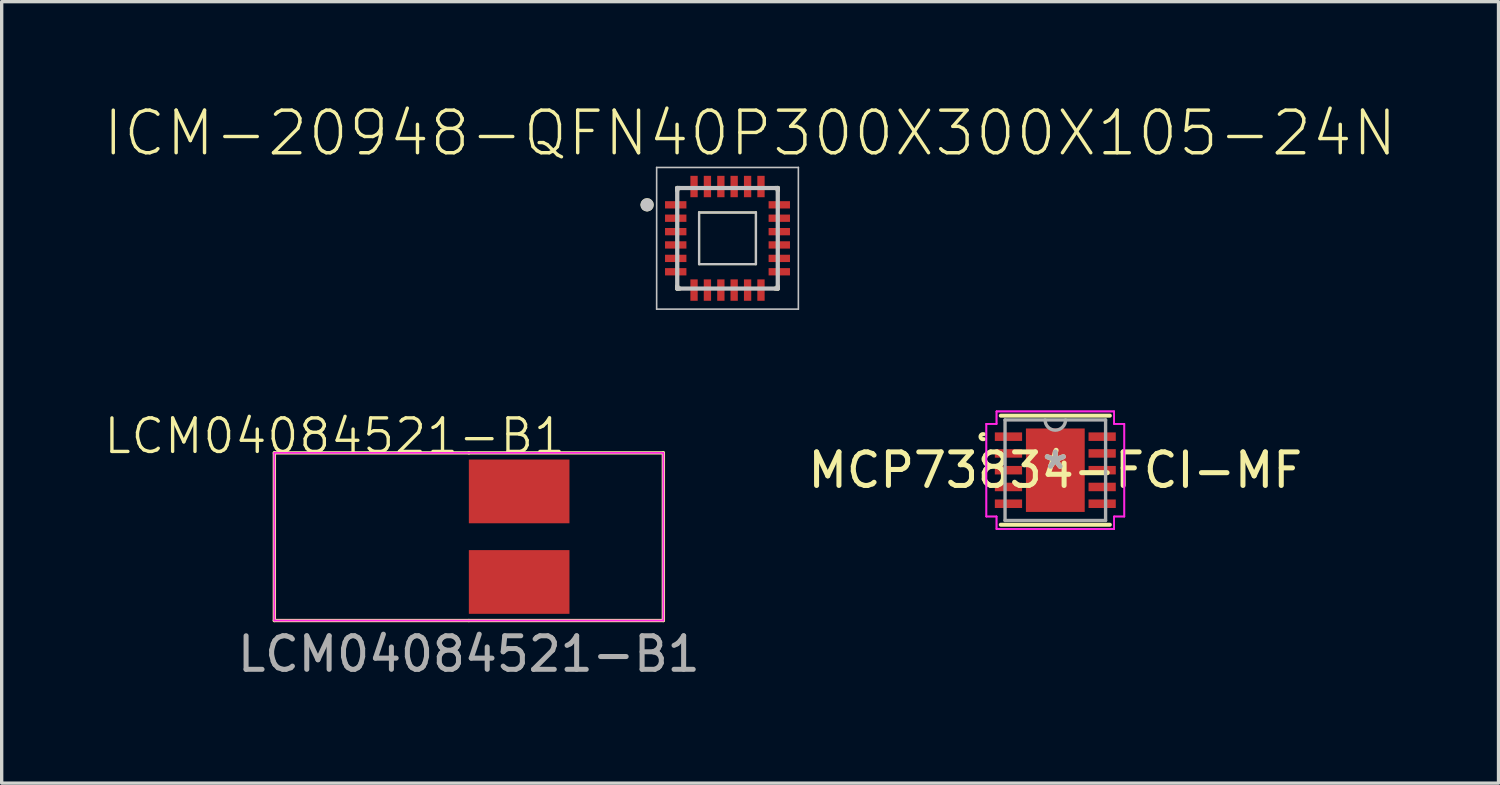
<source format=kicad_pcb>
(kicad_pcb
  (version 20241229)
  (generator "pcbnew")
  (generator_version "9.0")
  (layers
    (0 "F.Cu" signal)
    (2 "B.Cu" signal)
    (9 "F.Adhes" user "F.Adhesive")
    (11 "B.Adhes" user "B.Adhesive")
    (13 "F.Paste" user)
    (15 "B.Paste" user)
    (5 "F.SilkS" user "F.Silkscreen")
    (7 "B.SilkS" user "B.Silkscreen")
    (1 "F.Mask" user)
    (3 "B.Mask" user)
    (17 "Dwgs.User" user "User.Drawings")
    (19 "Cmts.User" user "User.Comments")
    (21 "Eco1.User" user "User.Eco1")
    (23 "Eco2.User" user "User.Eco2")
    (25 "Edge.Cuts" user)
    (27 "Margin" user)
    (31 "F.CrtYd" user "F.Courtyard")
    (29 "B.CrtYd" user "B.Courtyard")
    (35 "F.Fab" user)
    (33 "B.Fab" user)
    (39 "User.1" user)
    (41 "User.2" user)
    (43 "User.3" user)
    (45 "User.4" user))
  (footprint "ICM-20948-QFN40P300X300X105-24N"
    (layer "F.Cu")
    (at 18.644 4.056)
    (property "Reference" "ICM-20948-QFN40P300X300X105-24N" (at 0.673 -3.134 0) (layer "F.SilkS") (effects (font (size 1.27 1.27) (thickness 0.102))))
    (attr smd)
    (fp_line (start -1.499 -1.499) (end -1.499 -1.427) (stroke (width 0.127) (type solid)) (layer "F.SilkS"))
    (fp_line (start -1.499 1.427) (end -1.499 1.499) (stroke (width 0.127) (type solid)) (layer "F.SilkS"))
    (fp_line (start -1.499 1.499) (end -1.427 1.499) (stroke (width 0.127) (type solid)) (layer "F.SilkS"))
    (fp_line (start -1.427 -1.499) (end -1.499 -1.499) (stroke (width 0.127) (type solid)) (layer "F.SilkS"))
    (fp_line (start -0.848 -0.77) (end 0.848 -0.77) (stroke (width 0.066) (type solid)) (layer "F.SilkS"))
    (fp_line (start -0.848 0.77) (end -0.848 -0.77) (stroke (width 0.066) (type solid)) (layer "F.SilkS"))
    (fp_line (start -0.848 0.77) (end 0.848 0.77) (stroke (width 0.066) (type solid)) (layer "F.SilkS"))
    (fp_line (start 0.848 0.77) (end 0.848 -0.77) (stroke (width 0.066) (type solid)) (layer "F.SilkS"))
    (fp_line (start 1.427 1.499) (end 1.499 1.499) (stroke (width 0.127) (type solid)) (layer "F.SilkS"))
    (fp_line (start 1.499 -1.499) (end 1.427 -1.499) (stroke (width 0.127) (type solid)) (layer "F.SilkS"))
    (fp_line (start 1.499 -1.427) (end 1.499 -1.499) (stroke (width 0.127) (type solid)) (layer "F.SilkS"))
    (fp_line (start 1.499 1.499) (end 1.499 1.427) (stroke (width 0.127) (type solid)) (layer "F.SilkS"))
    (fp_circle (center -2.398 -0.998) (end -2.398 -1.097) (stroke (width 0.198) (type solid)) (fill no) (layer "F.SilkS"))
    (fp_line (start -2.113 -2.113) (end 2.113 -2.113) (stroke (width 0.048) (type solid)) (layer "Dwgs.User"))
    (fp_line (start -2.113 2.113) (end -2.113 -2.113) (stroke (width 0.048) (type solid)) (layer "Dwgs.User"))
    (fp_line (start -1.499 -1.499) (end 1.499 -1.499) (stroke (width 0.127) (type solid)) (layer "Dwgs.User"))
    (fp_line (start -1.499 1.499) (end -1.499 -1.499) (stroke (width 0.127) (type solid)) (layer "Dwgs.User"))
    (fp_line (start -0.848 -0.77) (end 0.848 -0.77) (stroke (width 0.066) (type solid)) (layer "Dwgs.User"))
    (fp_line (start -0.848 0.77) (end -0.848 -0.77) (stroke (width 0.066) (type solid)) (layer "Dwgs.User"))
    (fp_line (start -0.848 0.77) (end 0.848 0.77) (stroke (width 0.066) (type solid)) (layer "Dwgs.User"))
    (fp_line (start 0.848 0.77) (end 0.848 -0.77) (stroke (width 0.066) (type solid)) (layer "Dwgs.User"))
    (fp_line (start 1.499 -1.499) (end 1.499 1.499) (stroke (width 0.127) (type solid)) (layer "Dwgs.User"))
    (fp_line (start 1.499 1.499) (end -1.499 1.499) (stroke (width 0.127) (type solid)) (layer "Dwgs.User"))
    (fp_line (start 2.113 -2.113) (end 2.113 2.113) (stroke (width 0.048) (type solid)) (layer "Dwgs.User"))
    (fp_line (start 2.113 2.113) (end -2.113 2.113) (stroke (width 0.048) (type solid)) (layer "Dwgs.User"))
    (fp_circle (center -2.398 -0.998) (end -2.398 -1.097) (stroke (width 0.198) (type solid)) (fill no) (layer "Dwgs.User"))
    (pad "1" smd rect (at -1.544 -0.998) (size 0.638 0.218) (layers "F.Cu" "F.Mask" "F.Paste"))
    (pad "2" smd rect (at -1.544 -0.599) (size 0.638 0.218) (layers "F.Cu" "F.Mask" "F.Paste"))
    (pad "3" smd rect (at -1.544 -0.198) (size 0.638 0.218) (layers "F.Cu" "F.Mask" "F.Paste"))
    (pad "4" smd rect (at -1.544 0.198) (size 0.638 0.218) (layers "F.Cu" "F.Mask" "F.Paste"))
    (pad "5" smd rect (at -1.544 0.599) (size 0.638 0.218) (layers "F.Cu" "F.Mask" "F.Paste"))
    (pad "6" smd rect (at -1.544 0.998) (size 0.638 0.218) (layers "F.Cu" "F.Mask" "F.Paste"))
    (pad "7" smd rect (at -0.998 1.544 90) (size 0.638 0.218) (layers "F.Cu" "F.Mask" "F.Paste"))
    (pad "8" smd rect (at -0.599 1.544 90) (size 0.638 0.218) (layers "F.Cu" "F.Mask" "F.Paste"))
    (pad "9" smd rect (at -0.198 1.544 90) (size 0.638 0.218) (layers "F.Cu" "F.Mask" "F.Paste"))
    (pad "10" smd rect (at 0.198 1.544 90) (size 0.638 0.218) (layers "F.Cu" "F.Mask" "F.Paste"))
    (pad "11" smd rect (at 0.599 1.544 90) (size 0.638 0.218) (layers "F.Cu" "F.Mask" "F.Paste"))
    (pad "12" smd rect (at 0.998 1.544 90) (size 0.638 0.218) (layers "F.Cu" "F.Mask" "F.Paste"))
    (pad "13" smd rect (at 1.544 0.998 180) (size 0.638 0.218) (layers "F.Cu" "F.Mask" "F.Paste"))
    (pad "14" smd rect (at 1.544 0.599 180) (size 0.638 0.218) (layers "F.Cu" "F.Mask" "F.Paste"))
    (pad "15" smd rect (at 1.544 0.198 180) (size 0.638 0.218) (layers "F.Cu" "F.Mask" "F.Paste"))
    (pad "16" smd rect (at 1.544 -0.198 180) (size 0.638 0.218) (layers "F.Cu" "F.Mask" "F.Paste"))
    (pad "17" smd rect (at 1.544 -0.599 180) (size 0.638 0.218) (layers "F.Cu" "F.Mask" "F.Paste"))
    (pad "18" smd rect (at 1.544 -0.998 180) (size 0.638 0.218) (layers "F.Cu" "F.Mask" "F.Paste"))
    (pad "19" smd rect (at 0.998 -1.544 270) (size 0.638 0.218) (layers "F.Cu" "F.Mask" "F.Paste"))
    (pad "20" smd rect (at 0.599 -1.544 270) (size 0.638 0.218) (layers "F.Cu" "F.Mask" "F.Paste"))
    (pad "21" smd rect (at 0.198 -1.544 270) (size 0.638 0.218) (layers "F.Cu" "F.Mask" "F.Paste"))
    (pad "22" smd rect (at -0.198 -1.544 270) (size 0.638 0.218) (layers "F.Cu" "F.Mask" "F.Paste"))
    (pad "23" smd rect (at -0.599 -1.544 270) (size 0.638 0.218) (layers "F.Cu" "F.Mask" "F.Paste"))
    (pad "24" smd rect (at -0.998 -1.544 270) (size 0.638 0.218) (layers "F.Cu" "F.Mask" "F.Paste")))
  (footprint "MCP73834-FCI-MF"
    (layer "F.Cu")
    (at 28.419 10.971)
    (property "Reference" "MCP73834-FCI-MF" (at 0 0 0) (layer "F.SilkS") (effects (font (size 1 1) (thickness 0.15))))
    (attr through_hole)
    (fp_line (start -1.626 1.626) (end 1.626 1.626) (stroke (width 0.12) (type solid)) (layer "F.SilkS"))
    (fp_line (start 1.626 -1.626) (end -1.626 -1.626) (stroke (width 0.12) (type solid)) (layer "F.SilkS"))
    (fp_arc (start -2.13614 -0.926171) (mid -2.2312 -1) (end -2.13614 -1.073829) (stroke (width 0.12) (type solid)) (layer "F.SilkS"))
    (fp_line (start -2.057 -1.381) (end -1.753 -1.381) (stroke (width 0.05) (type solid)) (layer "F.CrtYd"))
    (fp_line (start -2.057 -1.381) (end -1.753 -1.381) (stroke (width 0.05) (type solid)) (layer "F.CrtYd"))
    (fp_line (start -2.057 1.381) (end -2.057 -1.381) (stroke (width 0.05) (type solid)) (layer "F.CrtYd"))
    (fp_line (start -2.057 1.381) (end -2.057 -1.381) (stroke (width 0.05) (type solid)) (layer "F.CrtYd"))
    (fp_line (start -2.057 1.381) (end -1.753 1.381) (stroke (width 0.05) (type solid)) (layer "F.CrtYd"))
    (fp_line (start -1.753 -1.753) (end 1.753 -1.753) (stroke (width 0.05) (type solid)) (layer "F.CrtYd"))
    (fp_line (start -1.753 -1.753) (end 1.753 -1.753) (stroke (width 0.05) (type solid)) (layer "F.CrtYd"))
    (fp_line (start -1.753 -1.381) (end -1.753 -1.753) (stroke (width 0.05) (type solid)) (layer "F.CrtYd"))
    (fp_line (start -1.753 -1.381) (end -1.753 -1.753) (stroke (width 0.05) (type solid)) (layer "F.CrtYd"))
    (fp_line (start -1.753 1.381) (end -2.057 1.381) (stroke (width 0.05) (type solid)) (layer "F.CrtYd"))
    (fp_line (start -1.753 1.753) (end -1.753 1.381) (stroke (width 0.05) (type solid)) (layer "F.CrtYd"))
    (fp_line (start -1.753 1.753) (end -1.753 1.381) (stroke (width 0.05) (type solid)) (layer "F.CrtYd"))
    (fp_line (start 1.753 -1.753) (end 1.753 -1.381) (stroke (width 0.05) (type solid)) (layer "F.CrtYd"))
    (fp_line (start 1.753 -1.753) (end 1.753 -1.381) (stroke (width 0.05) (type solid)) (layer "F.CrtYd"))
    (fp_line (start 1.753 -1.381) (end 2.057 -1.381) (stroke (width 0.05) (type solid)) (layer "F.CrtYd"))
    (fp_line (start 1.753 1.381) (end 1.753 1.753) (stroke (width 0.05) (type solid)) (layer "F.CrtYd"))
    (fp_line (start 1.753 1.381) (end 1.753 1.753) (stroke (width 0.05) (type solid)) (layer "F.CrtYd"))
    (fp_line (start 1.753 1.753) (end -1.753 1.753) (stroke (width 0.05) (type solid)) (layer "F.CrtYd"))
    (fp_line (start 1.753 1.753) (end -1.753 1.753) (stroke (width 0.05) (type solid)) (layer "F.CrtYd"))
    (fp_line (start 2.057 -1.381) (end 1.753 -1.381) (stroke (width 0.05) (type solid)) (layer "F.CrtYd"))
    (fp_line (start 2.057 -1.381) (end 2.057 1.381) (stroke (width 0.05) (type solid)) (layer "F.CrtYd"))
    (fp_line (start 2.057 -1.381) (end 2.057 1.381) (stroke (width 0.05) (type solid)) (layer "F.CrtYd"))
    (fp_line (start 2.057 1.381) (end 1.753 1.381) (stroke (width 0.05) (type solid)) (layer "F.CrtYd"))
    (fp_line (start 2.057 1.381) (end 1.753 1.381) (stroke (width 0.05) (type solid)) (layer "F.CrtYd"))
    (fp_line (start -1.499 -1.499) (end -1.499 1.499) (stroke (width 0.1) (type solid)) (layer "F.Fab"))
    (fp_line (start -1.499 1.499) (end 1.499 1.499) (stroke (width 0.1) (type solid)) (layer "F.Fab"))
    (fp_line (start 1.499 -1.499) (end -1.499 -1.499) (stroke (width 0.1) (type solid)) (layer "F.Fab"))
    (fp_line (start 1.499 1.499) (end 1.499 -1.499) (stroke (width 0.1) (type solid)) (layer "F.Fab"))
    (fp_arc (start 0.3048 -1.4986) (mid 0 -1.1938) (end -0.3048 -1.4986) (stroke (width 0.1) (type solid)) (layer "F.Fab"))
    (fp_text user "*" (at 0 0 0) (layer "F.SilkS") (effects (font (size 1 1) (thickness 0.15))))
    (fp_text user "*" (at 0 0 0) (layer "F.Fab") (effects (font (size 1 1) (thickness 0.15))))
    (pad "1" smd rect (at -1.397 -1) (size 0.813 0.254) (layers "F.Cu" "F.Mask" "F.Paste"))
    (pad "2" smd rect (at -1.397 -0.5) (size 0.813 0.254) (layers "F.Cu" "F.Mask" "F.Paste"))
    (pad "3" smd rect (at -1.397 0) (size 0.813 0.254) (layers "F.Cu" "F.Mask" "F.Paste"))
    (pad "4" smd rect (at -1.397 0.5) (size 0.813 0.254) (layers "F.Cu" "F.Mask" "F.Paste"))
    (pad "5" smd rect (at -1.397 1) (size 0.813 0.254) (layers "F.Cu" "F.Mask" "F.Paste"))
    (pad "6" smd rect (at 1.397 1) (size 0.813 0.254) (layers "F.Cu" "F.Mask" "F.Paste"))
    (pad "7" smd rect (at 1.397 0.5) (size 0.813 0.254) (layers "F.Cu" "F.Mask" "F.Paste"))
    (pad "8" smd rect (at 1.397 0) (size 0.813 0.254) (layers "F.Cu" "F.Mask" "F.Paste"))
    (pad "9" smd rect (at 1.397 -0.5) (size 0.813 0.254) (layers "F.Cu" "F.Mask" "F.Paste"))
    (pad "10" smd rect (at 1.397 -1) (size 0.813 0.254) (layers "F.Cu" "F.Mask" "F.Paste"))
    (pad "11" smd rect (at 0 0) (size 1.753 2.489) (layers "F.Cu" "F.Mask" "F.Paste")))
  (footprint "LCM04084521-B1"
    (layer "F.Cu")
    (at 10.931 12.954)
    (property "Reference" "LCM04084521-B1" (at -4 -3 0) (unlocked yes) (layer "F.SilkS") (effects (font (size 1 1) (thickness 0.1))))
    (attr smd)
    (fp_line (start -5.8 -2.5) (end 0 -2.5) (stroke (width 0.1) (type default)) (layer "F.SilkS"))
    (fp_line (start -5.8 2.5) (end -5.8 -2.5) (stroke (width 0.1) (type default)) (layer "F.SilkS"))
    (fp_line (start 0 -2.5) (end 5.8 -2.5) (stroke (width 0.1) (type default)) (layer "F.SilkS"))
    (fp_line (start 0 2.5) (end -5.8 2.5) (stroke (width 0.1) (type default)) (layer "F.SilkS"))
    (fp_line (start 5.8 -2.5) (end 5.8 2.5) (stroke (width 0.1) (type default)) (layer "F.SilkS"))
    (fp_line (start 5.8 2.5) (end 0 2.5) (stroke (width 0.1) (type default)) (layer "F.SilkS"))
    (fp_line (start -5.8 -2.5) (end 5.8 -2.5) (stroke (width 0.05) (type default)) (layer "F.CrtYd"))
    (fp_line (start -5.8 2.5) (end -5.8 -2.5) (stroke (width 0.05) (type default)) (layer "F.CrtYd"))
    (fp_line (start 5.8 -2.5) (end 5.8 2.5) (stroke (width 0.05) (type default)) (layer "F.CrtYd"))
    (fp_line (start 5.8 2.5) (end -5.8 2.5) (stroke (width 0.05) (type default)) (layer "F.CrtYd"))
    (fp_text user "${REFERENCE}" (at 0 3.5 0) (unlocked yes) (layer "F.Fab") (effects (font (size 1 1) (thickness 0.15))))
    (pad "1" smd rect (at 1.5 -1.35) (size 3 1.9) (layers "F.Cu" "F.Mask"))
    (pad "2" smd rect (at 1.5 1.35) (size 3 1.9) (layers "F.Cu" "F.Mask")))
  (gr_rect
    (start -3 -3)
    (end 41.635 20.302)
    (stroke (width 0.1) (type default))
    (fill no)
    (layer "Edge.Cuts")))
</source>
